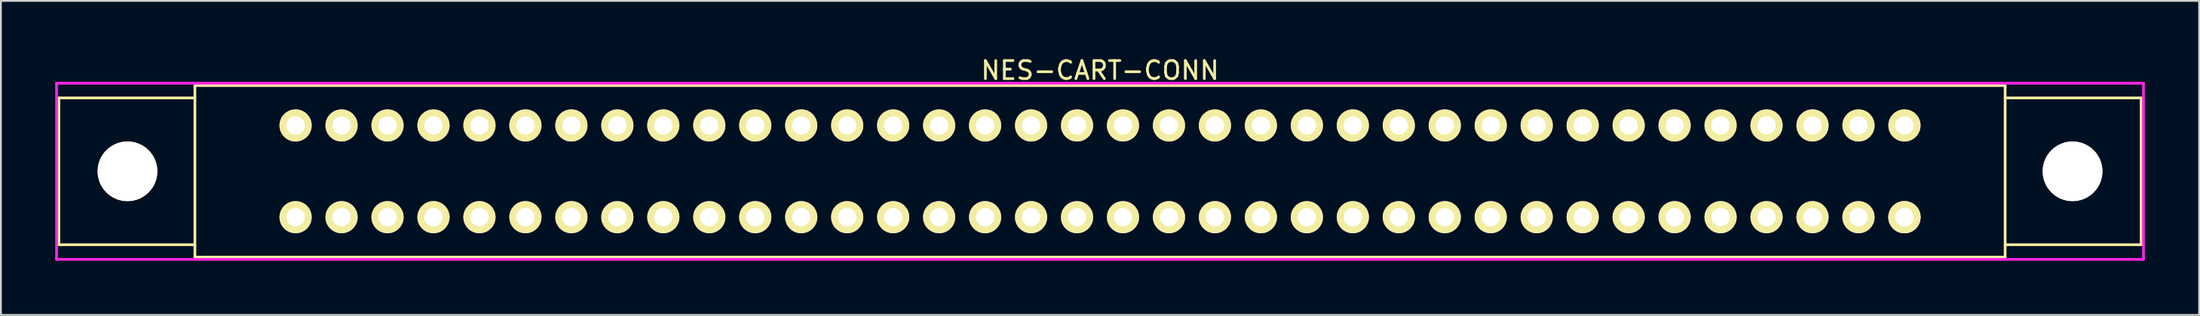
<source format=kicad_pcb>
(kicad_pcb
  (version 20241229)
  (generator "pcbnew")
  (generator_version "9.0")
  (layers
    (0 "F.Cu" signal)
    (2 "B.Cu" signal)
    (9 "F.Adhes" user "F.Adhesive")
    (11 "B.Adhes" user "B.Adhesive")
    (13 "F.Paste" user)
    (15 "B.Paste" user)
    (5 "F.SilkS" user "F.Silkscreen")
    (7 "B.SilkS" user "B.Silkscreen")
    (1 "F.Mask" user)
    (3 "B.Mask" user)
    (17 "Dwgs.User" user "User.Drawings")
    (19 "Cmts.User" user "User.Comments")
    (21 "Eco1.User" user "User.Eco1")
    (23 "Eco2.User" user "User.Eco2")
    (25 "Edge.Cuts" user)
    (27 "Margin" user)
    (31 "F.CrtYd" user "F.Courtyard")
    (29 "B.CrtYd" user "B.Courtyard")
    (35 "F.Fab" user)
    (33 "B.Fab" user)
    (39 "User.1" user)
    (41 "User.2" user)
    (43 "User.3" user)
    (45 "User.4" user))
  (footprint "NES-CART-CONN"
    (layer "F.Cu")
    (at 57.733 6.436)
    (property "Reference" "NES-CART-CONN" (at 0 -5.588 0) (layer "F.SilkS") (effects (font (size 1 1) (thickness 0.15))))
    (attr through_hole)
    (fp_line (start -57.531 -4.064) (end -50.013 -4.064) (stroke (width 0.15) (type solid)) (layer "F.SilkS"))
    (fp_line (start -57.531 4.064) (end -57.531 -4.064) (stroke (width 0.15) (type solid)) (layer "F.SilkS"))
    (fp_line (start -50.013 -4.75) (end -50.013 4.75) (stroke (width 0.15) (type solid)) (layer "F.SilkS"))
    (fp_line (start -50.013 4.064) (end -57.531 4.064) (stroke (width 0.15) (type solid)) (layer "F.SilkS"))
    (fp_line (start -50.013 4.75) (end 50.013 4.75) (stroke (width 0.15) (type solid)) (layer "F.SilkS"))
    (fp_line (start 50.013 -4.75) (end -50.013 -4.75) (stroke (width 0.15) (type solid)) (layer "F.SilkS"))
    (fp_line (start 50.013 4.064) (end 57.531 4.064) (stroke (width 0.15) (type solid)) (layer "F.SilkS"))
    (fp_line (start 50.013 4.75) (end 50.013 -4.75) (stroke (width 0.15) (type solid)) (layer "F.SilkS"))
    (fp_line (start 57.531 -4.064) (end 50.013 -4.064) (stroke (width 0.15) (type solid)) (layer "F.SilkS"))
    (fp_line (start 57.531 4.064) (end 57.531 -4.064) (stroke (width 0.15) (type solid)) (layer "F.SilkS"))
    (fp_line (start -57.658 -4.877) (end 57.658 -4.877) (stroke (width 0.15) (type solid)) (layer "F.CrtYd"))
    (fp_line (start -57.658 4.877) (end -57.658 -4.877) (stroke (width 0.15) (type solid)) (layer "F.CrtYd"))
    (fp_line (start 57.658 -4.877) (end 57.658 4.877) (stroke (width 0.15) (type solid)) (layer "F.CrtYd"))
    (fp_line (start 57.658 4.877) (end -57.658 4.877) (stroke (width 0.15) (type solid)) (layer "F.CrtYd"))
    (pad "" np_thru_hole circle (at -53.739 0) (size 3.302 3.302) (drill 3.302) (layers "*.Cu" "*.Mask" "F.SilkS"))
    (pad "" np_thru_hole circle (at 53.739 0) (size 3.302 3.302) (drill 3.302) (layers "*.Cu" "*.Mask" "F.SilkS"))
    (pad "1" thru_hole circle (at 44.45 2.54) (size 1.778 1.778) (drill 1.016) (layers "*.Cu" "*.Mask" "F.SilkS"))
    (pad "1" thru_hole circle (at 44.45 2.54) (size 1.778 1.778) (drill 1.016) (layers "*.Cu" "*.Mask" "F.SilkS"))
    (pad "2" thru_hole circle (at 41.91 2.54) (size 1.778 1.778) (drill 1.016) (layers "*.Cu" "*.Mask" "F.SilkS"))
    (pad "3" thru_hole circle (at 39.37 2.54) (size 1.778 1.778) (drill 1.016) (layers "*.Cu" "*.Mask" "F.SilkS"))
    (pad "4" thru_hole circle (at 36.83 2.54) (size 1.778 1.778) (drill 1.016) (layers "*.Cu" "*.Mask" "F.SilkS"))
    (pad "5" thru_hole circle (at 34.29 2.54) (size 1.778 1.778) (drill 1.016) (layers "*.Cu" "*.Mask" "F.SilkS"))
    (pad "6" thru_hole circle (at 31.75 2.54) (size 1.778 1.778) (drill 1.016) (layers "*.Cu" "*.Mask" "F.SilkS"))
    (pad "7" thru_hole circle (at 29.21 2.54) (size 1.778 1.778) (drill 1.016) (layers "*.Cu" "*.Mask" "F.SilkS"))
    (pad "8" thru_hole circle (at 26.67 2.54) (size 1.778 1.778) (drill 1.016) (layers "*.Cu" "*.Mask" "F.SilkS"))
    (pad "9" thru_hole circle (at 24.13 2.54) (size 1.778 1.778) (drill 1.016) (layers "*.Cu" "*.Mask" "F.SilkS"))
    (pad "10" thru_hole circle (at 21.59 2.54) (size 1.778 1.778) (drill 1.016) (layers "*.Cu" "*.Mask" "F.SilkS"))
    (pad "11" thru_hole circle (at 19.05 2.54) (size 1.778 1.778) (drill 1.016) (layers "*.Cu" "*.Mask" "F.SilkS"))
    (pad "12" thru_hole circle (at 16.51 2.54) (size 1.778 1.778) (drill 1.016) (layers "*.Cu" "*.Mask" "F.SilkS"))
    (pad "13" thru_hole circle (at 13.97 2.54) (size 1.778 1.778) (drill 1.016) (layers "*.Cu" "*.Mask" "F.SilkS"))
    (pad "14" thru_hole circle (at 11.43 2.54) (size 1.778 1.778) (drill 1.016) (layers "*.Cu" "*.Mask" "F.SilkS"))
    (pad "15" thru_hole circle (at 8.89 2.54) (size 1.778 1.778) (drill 1.016) (layers "*.Cu" "*.Mask" "F.SilkS"))
    (pad "16" thru_hole circle (at 6.35 2.54) (size 1.778 1.778) (drill 1.016) (layers "*.Cu" "*.Mask" "F.SilkS"))
    (pad "17" thru_hole circle (at 3.81 2.54) (size 1.778 1.778) (drill 1.016) (layers "*.Cu" "*.Mask" "F.SilkS"))
    (pad "18" thru_hole circle (at 1.27 2.54) (size 1.778 1.778) (drill 1.016) (layers "*.Cu" "*.Mask" "F.SilkS"))
    (pad "19" thru_hole circle (at -1.27 2.54) (size 1.778 1.778) (drill 1.016) (layers "*.Cu" "*.Mask" "F.SilkS"))
    (pad "20" thru_hole circle (at -3.81 2.54) (size 1.778 1.778) (drill 1.016) (layers "*.Cu" "*.Mask" "F.SilkS"))
    (pad "21" thru_hole circle (at -6.35 2.54) (size 1.778 1.778) (drill 1.016) (layers "*.Cu" "*.Mask" "F.SilkS"))
    (pad "22" thru_hole circle (at -8.89 2.54) (size 1.778 1.778) (drill 1.016) (layers "*.Cu" "*.Mask" "F.SilkS"))
    (pad "23" thru_hole circle (at -11.43 2.54) (size 1.778 1.778) (drill 1.016) (layers "*.Cu" "*.Mask" "F.SilkS"))
    (pad "24" thru_hole circle (at -13.97 2.54) (size 1.778 1.778) (drill 1.016) (layers "*.Cu" "*.Mask" "F.SilkS"))
    (pad "25" thru_hole circle (at -16.51 2.54) (size 1.778 1.778) (drill 1.016) (layers "*.Cu" "*.Mask" "F.SilkS"))
    (pad "26" thru_hole circle (at -19.05 2.54) (size 1.778 1.778) (drill 1.016) (layers "*.Cu" "*.Mask" "F.SilkS"))
    (pad "27" thru_hole circle (at -21.59 2.54) (size 1.778 1.778) (drill 1.016) (layers "*.Cu" "*.Mask" "F.SilkS"))
    (pad "28" thru_hole circle (at -24.13 2.54) (size 1.778 1.778) (drill 1.016) (layers "*.Cu" "*.Mask" "F.SilkS"))
    (pad "29" thru_hole circle (at -26.67 2.54) (size 1.778 1.778) (drill 1.016) (layers "*.Cu" "*.Mask" "F.SilkS"))
    (pad "30" thru_hole circle (at -29.21 2.54) (size 1.778 1.778) (drill 1.016) (layers "*.Cu" "*.Mask" "F.SilkS"))
    (pad "31" thru_hole circle (at -31.75 2.54) (size 1.778 1.778) (drill 1.016) (layers "*.Cu" "*.Mask" "F.SilkS"))
    (pad "32" thru_hole circle (at -34.29 2.54) (size 1.778 1.778) (drill 1.016) (layers "*.Cu" "*.Mask" "F.SilkS"))
    (pad "33" thru_hole circle (at -36.83 2.54) (size 1.778 1.778) (drill 1.016) (layers "*.Cu" "*.Mask" "F.SilkS"))
    (pad "34" thru_hole circle (at -39.37 2.54) (size 1.778 1.778) (drill 1.016) (layers "*.Cu" "*.Mask" "F.SilkS"))
    (pad "35" thru_hole circle (at -41.91 2.54) (size 1.778 1.778) (drill 1.016) (layers "*.Cu" "*.Mask" "F.SilkS"))
    (pad "36" thru_hole circle (at -44.45 2.54) (size 1.778 1.778) (drill 1.016) (layers "*.Cu" "*.Mask" "F.SilkS"))
    (pad "37" thru_hole circle (at 44.45 -2.54) (size 1.778 1.778) (drill 1.016) (layers "*.Cu" "*.Mask" "F.SilkS"))
    (pad "38" thru_hole circle (at 41.91 -2.54) (size 1.778 1.778) (drill 1.016) (layers "*.Cu" "*.Mask" "F.SilkS"))
    (pad "39" thru_hole circle (at 39.37 -2.54) (size 1.778 1.778) (drill 1.016) (layers "*.Cu" "*.Mask" "F.SilkS"))
    (pad "40" thru_hole circle (at 36.83 -2.54) (size 1.778 1.778) (drill 1.016) (layers "*.Cu" "*.Mask" "F.SilkS"))
    (pad "41" thru_hole circle (at 34.29 -2.54) (size 1.778 1.778) (drill 1.016) (layers "*.Cu" "*.Mask" "F.SilkS"))
    (pad "42" thru_hole circle (at 31.75 -2.54) (size 1.778 1.778) (drill 1.016) (layers "*.Cu" "*.Mask" "F.SilkS"))
    (pad "43" thru_hole circle (at 29.21 -2.54) (size 1.778 1.778) (drill 1.016) (layers "*.Cu" "*.Mask" "F.SilkS"))
    (pad "44" thru_hole circle (at 26.67 -2.54) (size 1.778 1.778) (drill 1.016) (layers "*.Cu" "*.Mask" "F.SilkS"))
    (pad "45" thru_hole circle (at 24.13 -2.54) (size 1.778 1.778) (drill 1.016) (layers "*.Cu" "*.Mask" "F.SilkS"))
    (pad "46" thru_hole circle (at 21.59 -2.54) (size 1.778 1.778) (drill 1.016) (layers "*.Cu" "*.Mask" "F.SilkS"))
    (pad "47" thru_hole circle (at 19.05 -2.54) (size 1.778 1.778) (drill 1.016) (layers "*.Cu" "*.Mask" "F.SilkS"))
    (pad "48" thru_hole circle (at 16.51 -2.54) (size 1.778 1.778) (drill 1.016) (layers "*.Cu" "*.Mask" "F.SilkS"))
    (pad "49" thru_hole circle (at 13.97 -2.54) (size 1.778 1.778) (drill 1.016) (layers "*.Cu" "*.Mask" "F.SilkS"))
    (pad "50" thru_hole circle (at 11.43 -2.54) (size 1.778 1.778) (drill 1.016) (layers "*.Cu" "*.Mask" "F.SilkS"))
    (pad "51" thru_hole circle (at 8.89 -2.54) (size 1.778 1.778) (drill 1.016) (layers "*.Cu" "*.Mask" "F.SilkS"))
    (pad "52" thru_hole circle (at 6.35 -2.54) (size 1.778 1.778) (drill 1.016) (layers "*.Cu" "*.Mask" "F.SilkS"))
    (pad "53" thru_hole circle (at 3.81 -2.54) (size 1.778 1.778) (drill 1.016) (layers "*.Cu" "*.Mask" "F.SilkS"))
    (pad "54" thru_hole circle (at 1.27 -2.54) (size 1.778 1.778) (drill 1.016) (layers "*.Cu" "*.Mask" "F.SilkS"))
    (pad "55" thru_hole circle (at -1.27 -2.54) (size 1.778 1.778) (drill 1.016) (layers "*.Cu" "*.Mask" "F.SilkS"))
    (pad "56" thru_hole circle (at -3.81 -2.54) (size 1.778 1.778) (drill 1.016) (layers "*.Cu" "*.Mask" "F.SilkS"))
    (pad "57" thru_hole circle (at -6.35 -2.54) (size 1.778 1.778) (drill 1.016) (layers "*.Cu" "*.Mask" "F.SilkS"))
    (pad "58" thru_hole circle (at -8.89 -2.54) (size 1.778 1.778) (drill 1.016) (layers "*.Cu" "*.Mask" "F.SilkS"))
    (pad "59" thru_hole circle (at -11.43 -2.54) (size 1.778 1.778) (drill 1.016) (layers "*.Cu" "*.Mask" "F.SilkS"))
    (pad "60" thru_hole circle (at -13.97 -2.54) (size 1.778 1.778) (drill 1.016) (layers "*.Cu" "*.Mask" "F.SilkS"))
    (pad "61" thru_hole circle (at -16.51 -2.54) (size 1.778 1.778) (drill 1.016) (layers "*.Cu" "*.Mask" "F.SilkS"))
    (pad "62" thru_hole circle (at -19.05 -2.54) (size 1.778 1.778) (drill 1.016) (layers "*.Cu" "*.Mask" "F.SilkS"))
    (pad "63" thru_hole circle (at -21.59 -2.54) (size 1.778 1.778) (drill 1.016) (layers "*.Cu" "*.Mask" "F.SilkS"))
    (pad "64" thru_hole circle (at -24.13 -2.54) (size 1.778 1.778) (drill 1.016) (layers "*.Cu" "*.Mask" "F.SilkS"))
    (pad "65" thru_hole circle (at -26.67 -2.54) (size 1.778 1.778) (drill 1.016) (layers "*.Cu" "*.Mask" "F.SilkS"))
    (pad "66" thru_hole circle (at -29.21 -2.54) (size 1.778 1.778) (drill 1.016) (layers "*.Cu" "*.Mask" "F.SilkS"))
    (pad "67" thru_hole circle (at -31.75 -2.54) (size 1.778 1.778) (drill 1.016) (layers "*.Cu" "*.Mask" "F.SilkS"))
    (pad "68" thru_hole circle (at -34.29 -2.54) (size 1.778 1.778) (drill 1.016) (layers "*.Cu" "*.Mask" "F.SilkS"))
    (pad "69" thru_hole circle (at -36.83 -2.54) (size 1.778 1.778) (drill 1.016) (layers "*.Cu" "*.Mask" "F.SilkS"))
    (pad "70" thru_hole circle (at -39.37 -2.54) (size 1.778 1.778) (drill 1.016) (layers "*.Cu" "*.Mask" "F.SilkS"))
    (pad "71" thru_hole circle (at -41.91 -2.54) (size 1.778 1.778) (drill 1.016) (layers "*.Cu" "*.Mask" "F.SilkS"))
    (pad "72" thru_hole circle (at -44.45 -2.54) (size 1.778 1.778) (drill 1.016) (layers "*.Cu" "*.Mask" "F.SilkS")))
  (gr_rect
    (start -3 -3)
    (end 118.466 14.388)
    (stroke (width 0.1) (type default))
    (fill no)
    (layer "Edge.Cuts")))
</source>
